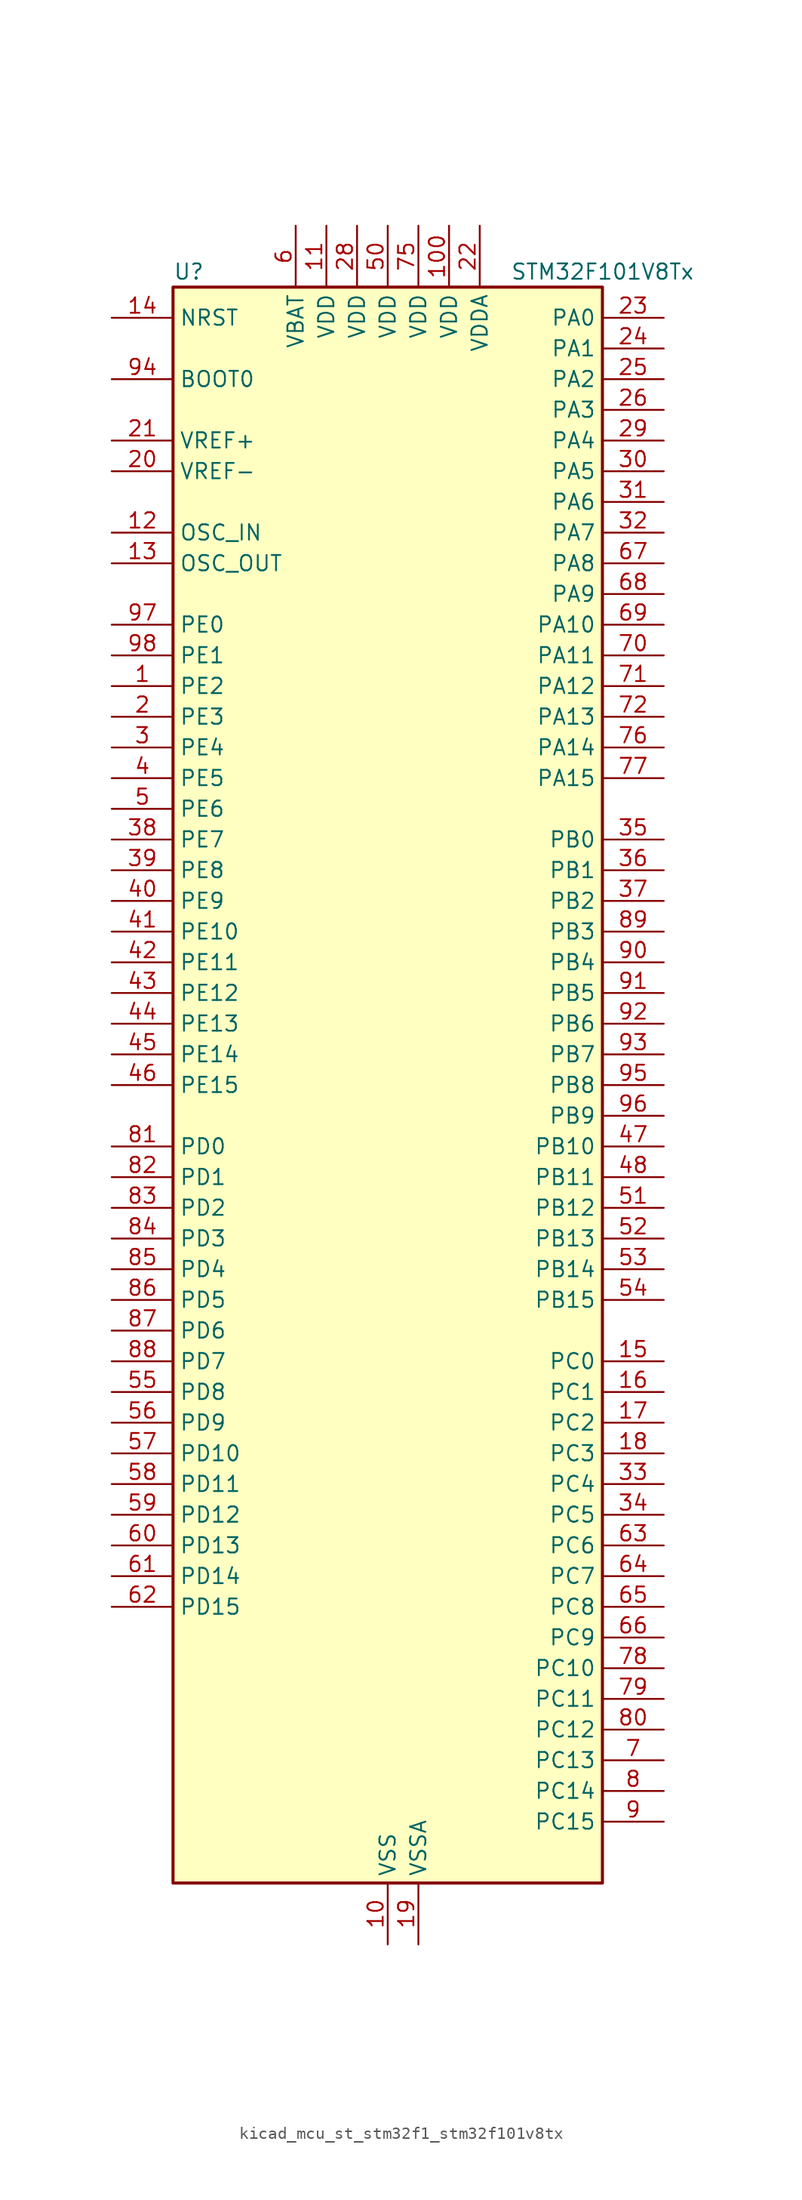
<source format=kicad_sym>
(kicad_symbol_lib
  (version 20220914)
  (generator kicad_symbol_editor)
  (symbol "kicad_mcu_st_stm32f1_stm32f101v8tx"
    (property "Reference" "U"
      (at -17.78 67.31 0)
      (effects (font (size 1.27 1.27)) (justify left)))
    (property "Value" "STM32F101V8Tx"
      (at 10.16 67.31 0)
      (effects (font (size 1.27 1.27)) (justify left)))
    (property "ki_locked" ""
      (at 0 0 0)
      (effects (font (size 1.27 1.27))))
    (symbol "kicad_mcu_st_stm32f1_stm32f101v8tx_0_1"
      (rectangle (start -17.78 -66.04) (end 17.78 66.04) (stroke (width 0.254) (type default)) (fill (type background))))
    (symbol "kicad_mcu_st_stm32f1_stm32f101v8tx_1_1"
      (pin bidirectional line (at -22.86 33.02 0) (length 5.08) (name "PE2" (effects (font (size 1.27 1.27)))) (number "1" (effects (font (size 1.27 1.27)))) (alternate "SYS_TRACECLK" bidirectional line))
      (pin power_in line (at 0 -71.12 90) (length 5.08) (name "VSS" (effects (font (size 1.27 1.27)))) (number "10" (effects (font (size 1.27 1.27)))))
      (pin power_in line (at 5.08 71.12 270) (length 5.08) (name "VDD" (effects (font (size 1.27 1.27)))) (number "100" (effects (font (size 1.27 1.27)))))
      (pin power_in line (at -5.08 71.12 270) (length 5.08) (name "VDD" (effects (font (size 1.27 1.27)))) (number "11" (effects (font (size 1.27 1.27)))))
      (pin input line (at -22.86 45.72 0) (length 5.08) (name "OSC_IN" (effects (font (size 1.27 1.27)))) (number "12" (effects (font (size 1.27 1.27)))) (alternate "RCC_OSC_IN" bidirectional line))
      (pin input line (at -22.86 43.18 0) (length 5.08) (name "OSC_OUT" (effects (font (size 1.27 1.27)))) (number "13" (effects (font (size 1.27 1.27)))) (alternate "RCC_OSC_OUT" bidirectional line))
      (pin input line (at -22.86 63.5 0) (length 5.08) (name "NRST" (effects (font (size 1.27 1.27)))) (number "14" (effects (font (size 1.27 1.27)))))
      (pin bidirectional line (at 22.86 -22.86 180) (length 5.08) (name "PC0" (effects (font (size 1.27 1.27)))) (number "15" (effects (font (size 1.27 1.27)))) (alternate "ADC1_IN10" bidirectional line))
      (pin bidirectional line (at 22.86 -25.4 180) (length 5.08) (name "PC1" (effects (font (size 1.27 1.27)))) (number "16" (effects (font (size 1.27 1.27)))) (alternate "ADC1_IN11" bidirectional line))
      (pin bidirectional line (at 22.86 -27.94 180) (length 5.08) (name "PC2" (effects (font (size 1.27 1.27)))) (number "17" (effects (font (size 1.27 1.27)))) (alternate "ADC1_IN12" bidirectional line))
      (pin bidirectional line (at 22.86 -30.48 180) (length 5.08) (name "PC3" (effects (font (size 1.27 1.27)))) (number "18" (effects (font (size 1.27 1.27)))) (alternate "ADC1_IN13" bidirectional line))
      (pin power_in line (at 2.54 -71.12 90) (length 5.08) (name "VSSA" (effects (font (size 1.27 1.27)))) (number "19" (effects (font (size 1.27 1.27)))))
      (pin bidirectional line (at -22.86 30.48 0) (length 5.08) (name "PE3" (effects (font (size 1.27 1.27)))) (number "2" (effects (font (size 1.27 1.27)))) (alternate "SYS_TRACED0" bidirectional line))
      (pin input line (at -22.86 50.8 0) (length 5.08) (name "VREF-" (effects (font (size 1.27 1.27)))) (number "20" (effects (font (size 1.27 1.27)))))
      (pin input line (at -22.86 53.34 0) (length 5.08) (name "VREF+" (effects (font (size 1.27 1.27)))) (number "21" (effects (font (size 1.27 1.27)))))
      (pin power_in line (at 7.62 71.12 270) (length 5.08) (name "VDDA" (effects (font (size 1.27 1.27)))) (number "22" (effects (font (size 1.27 1.27)))))
      (pin bidirectional line (at 22.86 63.5 180) (length 5.08) (name "PA0" (effects (font (size 1.27 1.27)))) (number "23" (effects (font (size 1.27 1.27)))) (alternate "ADC1_IN0" bidirectional line) (alternate "SYS_WKUP" bidirectional line) (alternate "TIM2_CH1" bidirectional line) (alternate "TIM2_ETR" bidirectional line) (alternate "USART2_CTS" bidirectional line))
      (pin bidirectional line (at 22.86 60.96 180) (length 5.08) (name "PA1" (effects (font (size 1.27 1.27)))) (number "24" (effects (font (size 1.27 1.27)))) (alternate "ADC1_IN1" bidirectional line) (alternate "TIM2_CH2" bidirectional line) (alternate "USART2_RTS" bidirectional line))
      (pin bidirectional line (at 22.86 58.42 180) (length 5.08) (name "PA2" (effects (font (size 1.27 1.27)))) (number "25" (effects (font (size 1.27 1.27)))) (alternate "ADC1_IN2" bidirectional line) (alternate "TIM2_CH3" bidirectional line) (alternate "USART2_TX" bidirectional line))
      (pin bidirectional line (at 22.86 55.88 180) (length 5.08) (name "PA3" (effects (font (size 1.27 1.27)))) (number "26" (effects (font (size 1.27 1.27)))) (alternate "ADC1_IN3" bidirectional line) (alternate "TIM2_CH4" bidirectional line) (alternate "USART2_RX" bidirectional line))
      (pin passive line (at 0 -71.12 90) (length 5.08) hide (name "VSS" (effects (font (size 1.27 1.27)))) (number "27" (effects (font (size 1.27 1.27)))))
      (pin power_in line (at -2.54 71.12 270) (length 5.08) (name "VDD" (effects (font (size 1.27 1.27)))) (number "28" (effects (font (size 1.27 1.27)))))
      (pin bidirectional line (at 22.86 53.34 180) (length 5.08) (name "PA4" (effects (font (size 1.27 1.27)))) (number "29" (effects (font (size 1.27 1.27)))) (alternate "ADC1_IN4" bidirectional line) (alternate "SPI1_NSS" bidirectional line) (alternate "USART2_CK" bidirectional line))
      (pin bidirectional line (at -22.86 27.94 0) (length 5.08) (name "PE4" (effects (font (size 1.27 1.27)))) (number "3" (effects (font (size 1.27 1.27)))) (alternate "SYS_TRACED1" bidirectional line))
      (pin bidirectional line (at 22.86 50.8 180) (length 5.08) (name "PA5" (effects (font (size 1.27 1.27)))) (number "30" (effects (font (size 1.27 1.27)))) (alternate "ADC1_IN5" bidirectional line) (alternate "SPI1_SCK" bidirectional line))
      (pin bidirectional line (at 22.86 48.26 180) (length 5.08) (name "PA6" (effects (font (size 1.27 1.27)))) (number "31" (effects (font (size 1.27 1.27)))) (alternate "ADC1_IN6" bidirectional line) (alternate "SPI1_MISO" bidirectional line) (alternate "TIM3_CH1" bidirectional line))
      (pin bidirectional line (at 22.86 45.72 180) (length 5.08) (name "PA7" (effects (font (size 1.27 1.27)))) (number "32" (effects (font (size 1.27 1.27)))) (alternate "ADC1_IN7" bidirectional line) (alternate "SPI1_MOSI" bidirectional line) (alternate "TIM3_CH2" bidirectional line))
      (pin bidirectional line (at 22.86 -33.02 180) (length 5.08) (name "PC4" (effects (font (size 1.27 1.27)))) (number "33" (effects (font (size 1.27 1.27)))) (alternate "ADC1_IN14" bidirectional line))
      (pin bidirectional line (at 22.86 -35.56 180) (length 5.08) (name "PC5" (effects (font (size 1.27 1.27)))) (number "34" (effects (font (size 1.27 1.27)))) (alternate "ADC1_IN15" bidirectional line))
      (pin bidirectional line (at 22.86 20.32 180) (length 5.08) (name "PB0" (effects (font (size 1.27 1.27)))) (number "35" (effects (font (size 1.27 1.27)))) (alternate "ADC1_IN8" bidirectional line) (alternate "TIM3_CH3" bidirectional line))
      (pin bidirectional line (at 22.86 17.78 180) (length 5.08) (name "PB1" (effects (font (size 1.27 1.27)))) (number "36" (effects (font (size 1.27 1.27)))) (alternate "ADC1_IN9" bidirectional line) (alternate "TIM3_CH4" bidirectional line))
      (pin bidirectional line (at 22.86 15.24 180) (length 5.08) (name "PB2" (effects (font (size 1.27 1.27)))) (number "37" (effects (font (size 1.27 1.27)))))
      (pin bidirectional line (at -22.86 20.32 0) (length 5.08) (name "PE7" (effects (font (size 1.27 1.27)))) (number "38" (effects (font (size 1.27 1.27)))))
      (pin bidirectional line (at -22.86 17.78 0) (length 5.08) (name "PE8" (effects (font (size 1.27 1.27)))) (number "39" (effects (font (size 1.27 1.27)))))
      (pin bidirectional line (at -22.86 25.4 0) (length 5.08) (name "PE5" (effects (font (size 1.27 1.27)))) (number "4" (effects (font (size 1.27 1.27)))) (alternate "SYS_TRACED2" bidirectional line))
      (pin bidirectional line (at -22.86 15.24 0) (length 5.08) (name "PE9" (effects (font (size 1.27 1.27)))) (number "40" (effects (font (size 1.27 1.27)))))
      (pin bidirectional line (at -22.86 12.7 0) (length 5.08) (name "PE10" (effects (font (size 1.27 1.27)))) (number "41" (effects (font (size 1.27 1.27)))))
      (pin bidirectional line (at -22.86 10.16 0) (length 5.08) (name "PE11" (effects (font (size 1.27 1.27)))) (number "42" (effects (font (size 1.27 1.27)))) (alternate "ADC1_EXTI11" bidirectional line))
      (pin bidirectional line (at -22.86 7.62 0) (length 5.08) (name "PE12" (effects (font (size 1.27 1.27)))) (number "43" (effects (font (size 1.27 1.27)))))
      (pin bidirectional line (at -22.86 5.08 0) (length 5.08) (name "PE13" (effects (font (size 1.27 1.27)))) (number "44" (effects (font (size 1.27 1.27)))))
      (pin bidirectional line (at -22.86 2.54 0) (length 5.08) (name "PE14" (effects (font (size 1.27 1.27)))) (number "45" (effects (font (size 1.27 1.27)))))
      (pin bidirectional line (at -22.86 0 0) (length 5.08) (name "PE15" (effects (font (size 1.27 1.27)))) (number "46" (effects (font (size 1.27 1.27)))) (alternate "ADC1_EXTI15" bidirectional line))
      (pin bidirectional line (at 22.86 -5.08 180) (length 5.08) (name "PB10" (effects (font (size 1.27 1.27)))) (number "47" (effects (font (size 1.27 1.27)))) (alternate "I2C2_SCL" bidirectional line) (alternate "TIM2_CH3" bidirectional line) (alternate "USART3_TX" bidirectional line))
      (pin bidirectional line (at 22.86 -7.62 180) (length 5.08) (name "PB11" (effects (font (size 1.27 1.27)))) (number "48" (effects (font (size 1.27 1.27)))) (alternate "ADC1_EXTI11" bidirectional line) (alternate "I2C2_SDA" bidirectional line) (alternate "TIM2_CH4" bidirectional line) (alternate "USART3_RX" bidirectional line))
      (pin passive line (at 0 -71.12 90) (length 5.08) hide (name "VSS" (effects (font (size 1.27 1.27)))) (number "49" (effects (font (size 1.27 1.27)))))
      (pin bidirectional line (at -22.86 22.86 0) (length 5.08) (name "PE6" (effects (font (size 1.27 1.27)))) (number "5" (effects (font (size 1.27 1.27)))) (alternate "SYS_TRACED3" bidirectional line))
      (pin power_in line (at 0 71.12 270) (length 5.08) (name "VDD" (effects (font (size 1.27 1.27)))) (number "50" (effects (font (size 1.27 1.27)))))
      (pin bidirectional line (at 22.86 -10.16 180) (length 5.08) (name "PB12" (effects (font (size 1.27 1.27)))) (number "51" (effects (font (size 1.27 1.27)))) (alternate "I2C2_SMBA" bidirectional line) (alternate "SPI2_NSS" bidirectional line) (alternate "USART3_CK" bidirectional line))
      (pin bidirectional line (at 22.86 -12.7 180) (length 5.08) (name "PB13" (effects (font (size 1.27 1.27)))) (number "52" (effects (font (size 1.27 1.27)))) (alternate "SPI2_SCK" bidirectional line) (alternate "USART3_CTS" bidirectional line))
      (pin bidirectional line (at 22.86 -15.24 180) (length 5.08) (name "PB14" (effects (font (size 1.27 1.27)))) (number "53" (effects (font (size 1.27 1.27)))) (alternate "SPI2_MISO" bidirectional line) (alternate "USART3_RTS" bidirectional line))
      (pin bidirectional line (at 22.86 -17.78 180) (length 5.08) (name "PB15" (effects (font (size 1.27 1.27)))) (number "54" (effects (font (size 1.27 1.27)))) (alternate "ADC1_EXTI15" bidirectional line) (alternate "SPI2_MOSI" bidirectional line))
      (pin bidirectional line (at -22.86 -25.4 0) (length 5.08) (name "PD8" (effects (font (size 1.27 1.27)))) (number "55" (effects (font (size 1.27 1.27)))) (alternate "USART3_TX" bidirectional line))
      (pin bidirectional line (at -22.86 -27.94 0) (length 5.08) (name "PD9" (effects (font (size 1.27 1.27)))) (number "56" (effects (font (size 1.27 1.27)))) (alternate "USART3_RX" bidirectional line))
      (pin bidirectional line (at -22.86 -30.48 0) (length 5.08) (name "PD10" (effects (font (size 1.27 1.27)))) (number "57" (effects (font (size 1.27 1.27)))) (alternate "USART3_CK" bidirectional line))
      (pin bidirectional line (at -22.86 -33.02 0) (length 5.08) (name "PD11" (effects (font (size 1.27 1.27)))) (number "58" (effects (font (size 1.27 1.27)))) (alternate "ADC1_EXTI11" bidirectional line) (alternate "USART3_CTS" bidirectional line))
      (pin bidirectional line (at -22.86 -35.56 0) (length 5.08) (name "PD12" (effects (font (size 1.27 1.27)))) (number "59" (effects (font (size 1.27 1.27)))) (alternate "TIM4_CH1" bidirectional line) (alternate "USART3_RTS" bidirectional line))
      (pin power_in line (at -7.62 71.12 270) (length 5.08) (name "VBAT" (effects (font (size 1.27 1.27)))) (number "6" (effects (font (size 1.27 1.27)))))
      (pin bidirectional line (at -22.86 -38.1 0) (length 5.08) (name "PD13" (effects (font (size 1.27 1.27)))) (number "60" (effects (font (size 1.27 1.27)))) (alternate "TIM4_CH2" bidirectional line))
      (pin bidirectional line (at -22.86 -40.64 0) (length 5.08) (name "PD14" (effects (font (size 1.27 1.27)))) (number "61" (effects (font (size 1.27 1.27)))) (alternate "TIM4_CH3" bidirectional line))
      (pin bidirectional line (at -22.86 -43.18 0) (length 5.08) (name "PD15" (effects (font (size 1.27 1.27)))) (number "62" (effects (font (size 1.27 1.27)))) (alternate "ADC1_EXTI15" bidirectional line) (alternate "TIM4_CH4" bidirectional line))
      (pin bidirectional line (at 22.86 -38.1 180) (length 5.08) (name "PC6" (effects (font (size 1.27 1.27)))) (number "63" (effects (font (size 1.27 1.27)))) (alternate "TIM3_CH1" bidirectional line))
      (pin bidirectional line (at 22.86 -40.64 180) (length 5.08) (name "PC7" (effects (font (size 1.27 1.27)))) (number "64" (effects (font (size 1.27 1.27)))) (alternate "TIM3_CH2" bidirectional line))
      (pin bidirectional line (at 22.86 -43.18 180) (length 5.08) (name "PC8" (effects (font (size 1.27 1.27)))) (number "65" (effects (font (size 1.27 1.27)))) (alternate "TIM3_CH3" bidirectional line))
      (pin bidirectional line (at 22.86 -45.72 180) (length 5.08) (name "PC9" (effects (font (size 1.27 1.27)))) (number "66" (effects (font (size 1.27 1.27)))) (alternate "TIM3_CH4" bidirectional line))
      (pin bidirectional line (at 22.86 43.18 180) (length 5.08) (name "PA8" (effects (font (size 1.27 1.27)))) (number "67" (effects (font (size 1.27 1.27)))) (alternate "RCC_MCO" bidirectional line) (alternate "USART1_CK" bidirectional line))
      (pin bidirectional line (at 22.86 40.64 180) (length 5.08) (name "PA9" (effects (font (size 1.27 1.27)))) (number "68" (effects (font (size 1.27 1.27)))) (alternate "USART1_TX" bidirectional line))
      (pin bidirectional line (at 22.86 38.1 180) (length 5.08) (name "PA10" (effects (font (size 1.27 1.27)))) (number "69" (effects (font (size 1.27 1.27)))) (alternate "USART1_RX" bidirectional line))
      (pin bidirectional line (at 22.86 -55.88 180) (length 5.08) (name "PC13" (effects (font (size 1.27 1.27)))) (number "7" (effects (font (size 1.27 1.27)))) (alternate "RTC_OUT" bidirectional line) (alternate "RTC_TAMPER" bidirectional line))
      (pin bidirectional line (at 22.86 35.56 180) (length 5.08) (name "PA11" (effects (font (size 1.27 1.27)))) (number "70" (effects (font (size 1.27 1.27)))) (alternate "ADC1_EXTI11" bidirectional line) (alternate "USART1_CTS" bidirectional line))
      (pin bidirectional line (at 22.86 33.02 180) (length 5.08) (name "PA12" (effects (font (size 1.27 1.27)))) (number "71" (effects (font (size 1.27 1.27)))) (alternate "USART1_RTS" bidirectional line))
      (pin bidirectional line (at 22.86 30.48 180) (length 5.08) (name "PA13" (effects (font (size 1.27 1.27)))) (number "72" (effects (font (size 1.27 1.27)))) (alternate "SYS_JTMS-SWDIO" bidirectional line))
      (pin no_connect line (at -17.78 -66.04 0) (length 5.08) hide (name "NC" (effects (font (size 1.27 1.27)))) (number "73" (effects (font (size 1.27 1.27)))))
      (pin passive line (at 0 -71.12 90) (length 5.08) hide (name "VSS" (effects (font (size 1.27 1.27)))) (number "74" (effects (font (size 1.27 1.27)))))
      (pin power_in line (at 2.54 71.12 270) (length 5.08) (name "VDD" (effects (font (size 1.27 1.27)))) (number "75" (effects (font (size 1.27 1.27)))))
      (pin bidirectional line (at 22.86 27.94 180) (length 5.08) (name "PA14" (effects (font (size 1.27 1.27)))) (number "76" (effects (font (size 1.27 1.27)))) (alternate "SYS_JTCK-SWCLK" bidirectional line))
      (pin bidirectional line (at 22.86 25.4 180) (length 5.08) (name "PA15" (effects (font (size 1.27 1.27)))) (number "77" (effects (font (size 1.27 1.27)))) (alternate "ADC1_EXTI15" bidirectional line) (alternate "SPI1_NSS" bidirectional line) (alternate "SYS_JTDI" bidirectional line) (alternate "TIM2_CH1" bidirectional line) (alternate "TIM2_ETR" bidirectional line))
      (pin bidirectional line (at 22.86 -48.26 180) (length 5.08) (name "PC10" (effects (font (size 1.27 1.27)))) (number "78" (effects (font (size 1.27 1.27)))) (alternate "USART3_TX" bidirectional line))
      (pin bidirectional line (at 22.86 -50.8 180) (length 5.08) (name "PC11" (effects (font (size 1.27 1.27)))) (number "79" (effects (font (size 1.27 1.27)))) (alternate "ADC1_EXTI11" bidirectional line) (alternate "USART3_RX" bidirectional line))
      (pin bidirectional line (at 22.86 -58.42 180) (length 5.08) (name "PC14" (effects (font (size 1.27 1.27)))) (number "8" (effects (font (size 1.27 1.27)))) (alternate "RCC_OSC32_IN" bidirectional line))
      (pin bidirectional line (at 22.86 -53.34 180) (length 5.08) (name "PC12" (effects (font (size 1.27 1.27)))) (number "80" (effects (font (size 1.27 1.27)))) (alternate "USART3_CK" bidirectional line))
      (pin bidirectional line (at -22.86 -5.08 0) (length 5.08) (name "PD0" (effects (font (size 1.27 1.27)))) (number "81" (effects (font (size 1.27 1.27)))))
      (pin bidirectional line (at -22.86 -7.62 0) (length 5.08) (name "PD1" (effects (font (size 1.27 1.27)))) (number "82" (effects (font (size 1.27 1.27)))))
      (pin bidirectional line (at -22.86 -10.16 0) (length 5.08) (name "PD2" (effects (font (size 1.27 1.27)))) (number "83" (effects (font (size 1.27 1.27)))) (alternate "TIM3_ETR" bidirectional line))
      (pin bidirectional line (at -22.86 -12.7 0) (length 5.08) (name "PD3" (effects (font (size 1.27 1.27)))) (number "84" (effects (font (size 1.27 1.27)))) (alternate "USART2_CTS" bidirectional line))
      (pin bidirectional line (at -22.86 -15.24 0) (length 5.08) (name "PD4" (effects (font (size 1.27 1.27)))) (number "85" (effects (font (size 1.27 1.27)))) (alternate "USART2_RTS" bidirectional line))
      (pin bidirectional line (at -22.86 -17.78 0) (length 5.08) (name "PD5" (effects (font (size 1.27 1.27)))) (number "86" (effects (font (size 1.27 1.27)))) (alternate "USART2_TX" bidirectional line))
      (pin bidirectional line (at -22.86 -20.32 0) (length 5.08) (name "PD6" (effects (font (size 1.27 1.27)))) (number "87" (effects (font (size 1.27 1.27)))) (alternate "USART2_RX" bidirectional line))
      (pin bidirectional line (at -22.86 -22.86 0) (length 5.08) (name "PD7" (effects (font (size 1.27 1.27)))) (number "88" (effects (font (size 1.27 1.27)))) (alternate "USART2_CK" bidirectional line))
      (pin bidirectional line (at 22.86 12.7 180) (length 5.08) (name "PB3" (effects (font (size 1.27 1.27)))) (number "89" (effects (font (size 1.27 1.27)))) (alternate "SPI1_SCK" bidirectional line) (alternate "SYS_JTDO-TRACESWO" bidirectional line) (alternate "TIM2_CH2" bidirectional line))
      (pin bidirectional line (at 22.86 -60.96 180) (length 5.08) (name "PC15" (effects (font (size 1.27 1.27)))) (number "9" (effects (font (size 1.27 1.27)))) (alternate "ADC1_EXTI15" bidirectional line) (alternate "RCC_OSC32_OUT" bidirectional line))
      (pin bidirectional line (at 22.86 10.16 180) (length 5.08) (name "PB4" (effects (font (size 1.27 1.27)))) (number "90" (effects (font (size 1.27 1.27)))) (alternate "SPI1_MISO" bidirectional line) (alternate "SYS_NJTRST" bidirectional line) (alternate "TIM3_CH1" bidirectional line))
      (pin bidirectional line (at 22.86 7.62 180) (length 5.08) (name "PB5" (effects (font (size 1.27 1.27)))) (number "91" (effects (font (size 1.27 1.27)))) (alternate "I2C1_SMBA" bidirectional line) (alternate "SPI1_MOSI" bidirectional line) (alternate "TIM3_CH2" bidirectional line))
      (pin bidirectional line (at 22.86 5.08 180) (length 5.08) (name "PB6" (effects (font (size 1.27 1.27)))) (number "92" (effects (font (size 1.27 1.27)))) (alternate "I2C1_SCL" bidirectional line) (alternate "TIM4_CH1" bidirectional line) (alternate "USART1_TX" bidirectional line))
      (pin bidirectional line (at 22.86 2.54 180) (length 5.08) (name "PB7" (effects (font (size 1.27 1.27)))) (number "93" (effects (font (size 1.27 1.27)))) (alternate "I2C1_SDA" bidirectional line) (alternate "TIM4_CH2" bidirectional line) (alternate "USART1_RX" bidirectional line))
      (pin input line (at -22.86 58.42 0) (length 5.08) (name "BOOT0" (effects (font (size 1.27 1.27)))) (number "94" (effects (font (size 1.27 1.27)))))
      (pin bidirectional line (at 22.86 0 180) (length 5.08) (name "PB8" (effects (font (size 1.27 1.27)))) (number "95" (effects (font (size 1.27 1.27)))) (alternate "I2C1_SCL" bidirectional line) (alternate "TIM4_CH3" bidirectional line))
      (pin bidirectional line (at 22.86 -2.54 180) (length 5.08) (name "PB9" (effects (font (size 1.27 1.27)))) (number "96" (effects (font (size 1.27 1.27)))) (alternate "I2C1_SDA" bidirectional line) (alternate "TIM4_CH4" bidirectional line))
      (pin bidirectional line (at -22.86 38.1 0) (length 5.08) (name "PE0" (effects (font (size 1.27 1.27)))) (number "97" (effects (font (size 1.27 1.27)))) (alternate "TIM4_ETR" bidirectional line))
      (pin bidirectional line (at -22.86 35.56 0) (length 5.08) (name "PE1" (effects (font (size 1.27 1.27)))) (number "98" (effects (font (size 1.27 1.27)))))
      (pin passive line (at 0 -71.12 90) (length 5.08) hide (name "VSS" (effects (font (size 1.27 1.27)))) (number "99" (effects (font (size 1.27 1.27))))))))
</source>
